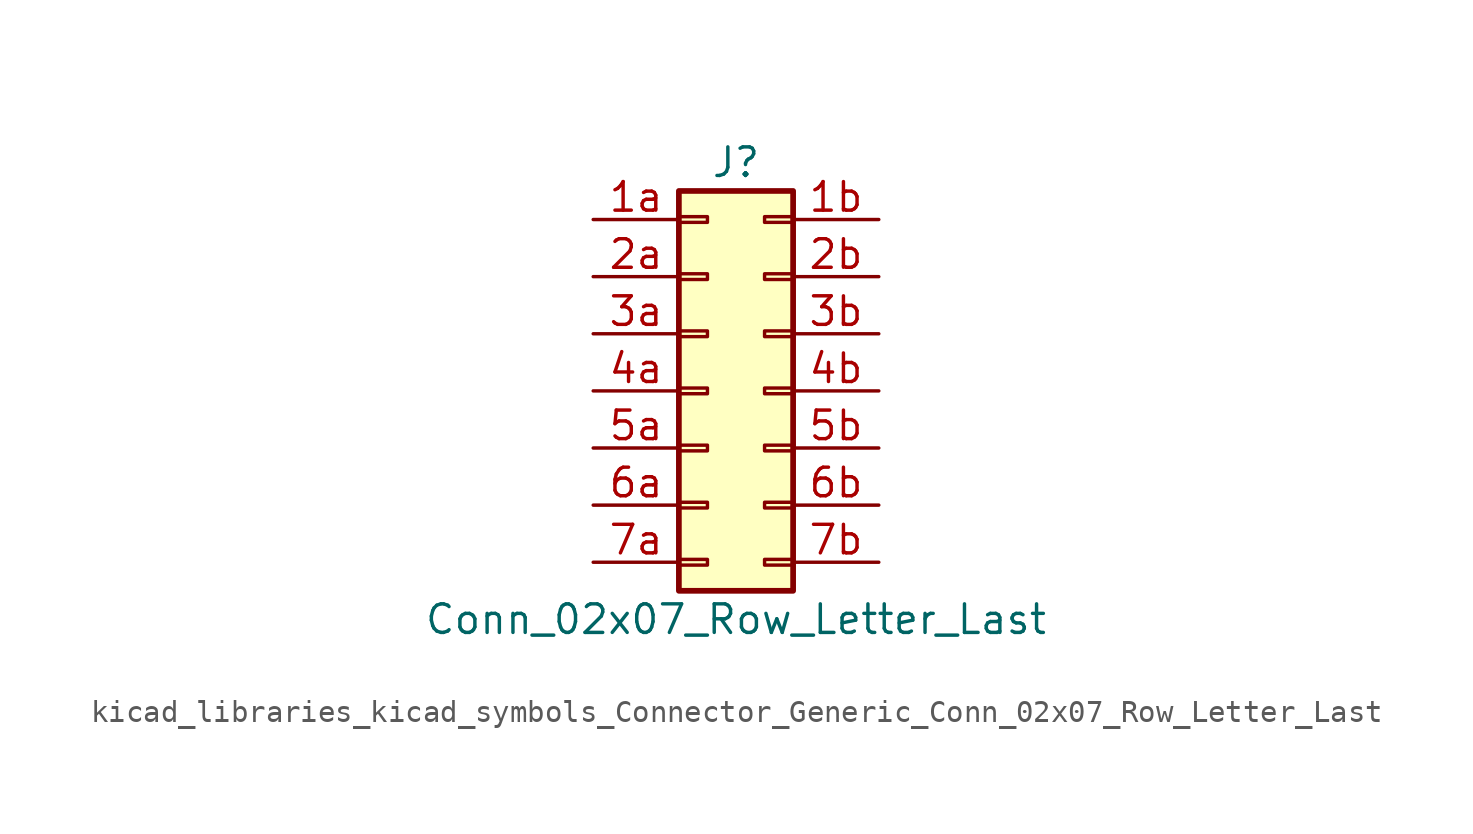
<source format=kicad_sym>
(kicad_symbol_lib
  (version 20220914)
  (generator kicad_symbol_editor)
  (symbol "kicad_libraries_kicad_symbols_Connector_Generic_Conn_02x07_Row_Letter_Last"
    (pin_names
      (offset 1.016) hide)
    (property "Reference" "J"
      (at 1.27 10.16 0)
      (effects (font (size 1.27 1.27))))
    (property "Value" "Conn_02x07_Row_Letter_Last"
      (at 1.27 -10.16 0)
      (effects (font (size 1.27 1.27))))
    (symbol "kicad_libraries_kicad_symbols_Connector_Generic_Conn_02x07_Row_Letter_Last_1_1"
      (rectangle (start -1.27 -7.493) (end 0 -7.747) (stroke (width 0.152) (type default)) (fill (type none)))
      (rectangle (start -1.27 -4.953) (end 0 -5.207) (stroke (width 0.152) (type default)) (fill (type none)))
      (rectangle (start -1.27 -2.413) (end 0 -2.667) (stroke (width 0.152) (type default)) (fill (type none)))
      (rectangle (start -1.27 0.127) (end 0 -0.127) (stroke (width 0.152) (type default)) (fill (type none)))
      (rectangle (start -1.27 2.667) (end 0 2.413) (stroke (width 0.152) (type default)) (fill (type none)))
      (rectangle (start -1.27 5.207) (end 0 4.953) (stroke (width 0.152) (type default)) (fill (type none)))
      (rectangle (start -1.27 7.747) (end 0 7.493) (stroke (width 0.152) (type default)) (fill (type none)))
      (rectangle (start -1.27 8.89) (end 3.81 -8.89) (stroke (width 0.254) (type default)) (fill (type background)))
      (rectangle (start 3.81 -7.493) (end 2.54 -7.747) (stroke (width 0.152) (type default)) (fill (type none)))
      (rectangle (start 3.81 -4.953) (end 2.54 -5.207) (stroke (width 0.152) (type default)) (fill (type none)))
      (rectangle (start 3.81 -2.413) (end 2.54 -2.667) (stroke (width 0.152) (type default)) (fill (type none)))
      (rectangle (start 3.81 0.127) (end 2.54 -0.127) (stroke (width 0.152) (type default)) (fill (type none)))
      (rectangle (start 3.81 2.667) (end 2.54 2.413) (stroke (width 0.152) (type default)) (fill (type none)))
      (rectangle (start 3.81 5.207) (end 2.54 4.953) (stroke (width 0.152) (type default)) (fill (type none)))
      (rectangle (start 3.81 7.747) (end 2.54 7.493) (stroke (width 0.152) (type default)) (fill (type none)))
      (pin passive line (at -5.08 7.62 0) (length 3.81) (name "Pin_1a" (effects (font (size 1.27 1.27)))) (number "1a" (effects (font (size 1.27 1.27)))))
      (pin passive line (at 7.62 7.62 180) (length 3.81) (name "Pin_1b" (effects (font (size 1.27 1.27)))) (number "1b" (effects (font (size 1.27 1.27)))))
      (pin passive line (at -5.08 5.08 0) (length 3.81) (name "Pin_2a" (effects (font (size 1.27 1.27)))) (number "2a" (effects (font (size 1.27 1.27)))))
      (pin passive line (at 7.62 5.08 180) (length 3.81) (name "Pin_2b" (effects (font (size 1.27 1.27)))) (number "2b" (effects (font (size 1.27 1.27)))))
      (pin passive line (at -5.08 2.54 0) (length 3.81) (name "Pin_3a" (effects (font (size 1.27 1.27)))) (number "3a" (effects (font (size 1.27 1.27)))))
      (pin passive line (at 7.62 2.54 180) (length 3.81) (name "Pin_3b" (effects (font (size 1.27 1.27)))) (number "3b" (effects (font (size 1.27 1.27)))))
      (pin passive line (at -5.08 0 0) (length 3.81) (name "Pin_4a" (effects (font (size 1.27 1.27)))) (number "4a" (effects (font (size 1.27 1.27)))))
      (pin passive line (at 7.62 0 180) (length 3.81) (name "Pin_4b" (effects (font (size 1.27 1.27)))) (number "4b" (effects (font (size 1.27 1.27)))))
      (pin passive line (at -5.08 -2.54 0) (length 3.81) (name "Pin_5a" (effects (font (size 1.27 1.27)))) (number "5a" (effects (font (size 1.27 1.27)))))
      (pin passive line (at 7.62 -2.54 180) (length 3.81) (name "Pin_5b" (effects (font (size 1.27 1.27)))) (number "5b" (effects (font (size 1.27 1.27)))))
      (pin passive line (at -5.08 -5.08 0) (length 3.81) (name "Pin_6a" (effects (font (size 1.27 1.27)))) (number "6a" (effects (font (size 1.27 1.27)))))
      (pin passive line (at 7.62 -5.08 180) (length 3.81) (name "Pin_6b" (effects (font (size 1.27 1.27)))) (number "6b" (effects (font (size 1.27 1.27)))))
      (pin passive line (at -5.08 -7.62 0) (length 3.81) (name "Pin_7a" (effects (font (size 1.27 1.27)))) (number "7a" (effects (font (size 1.27 1.27)))))
      (pin passive line (at 7.62 -7.62 180) (length 3.81) (name "Pin_7b" (effects (font (size 1.27 1.27)))) (number "7b" (effects (font (size 1.27 1.27))))))))
</source>
